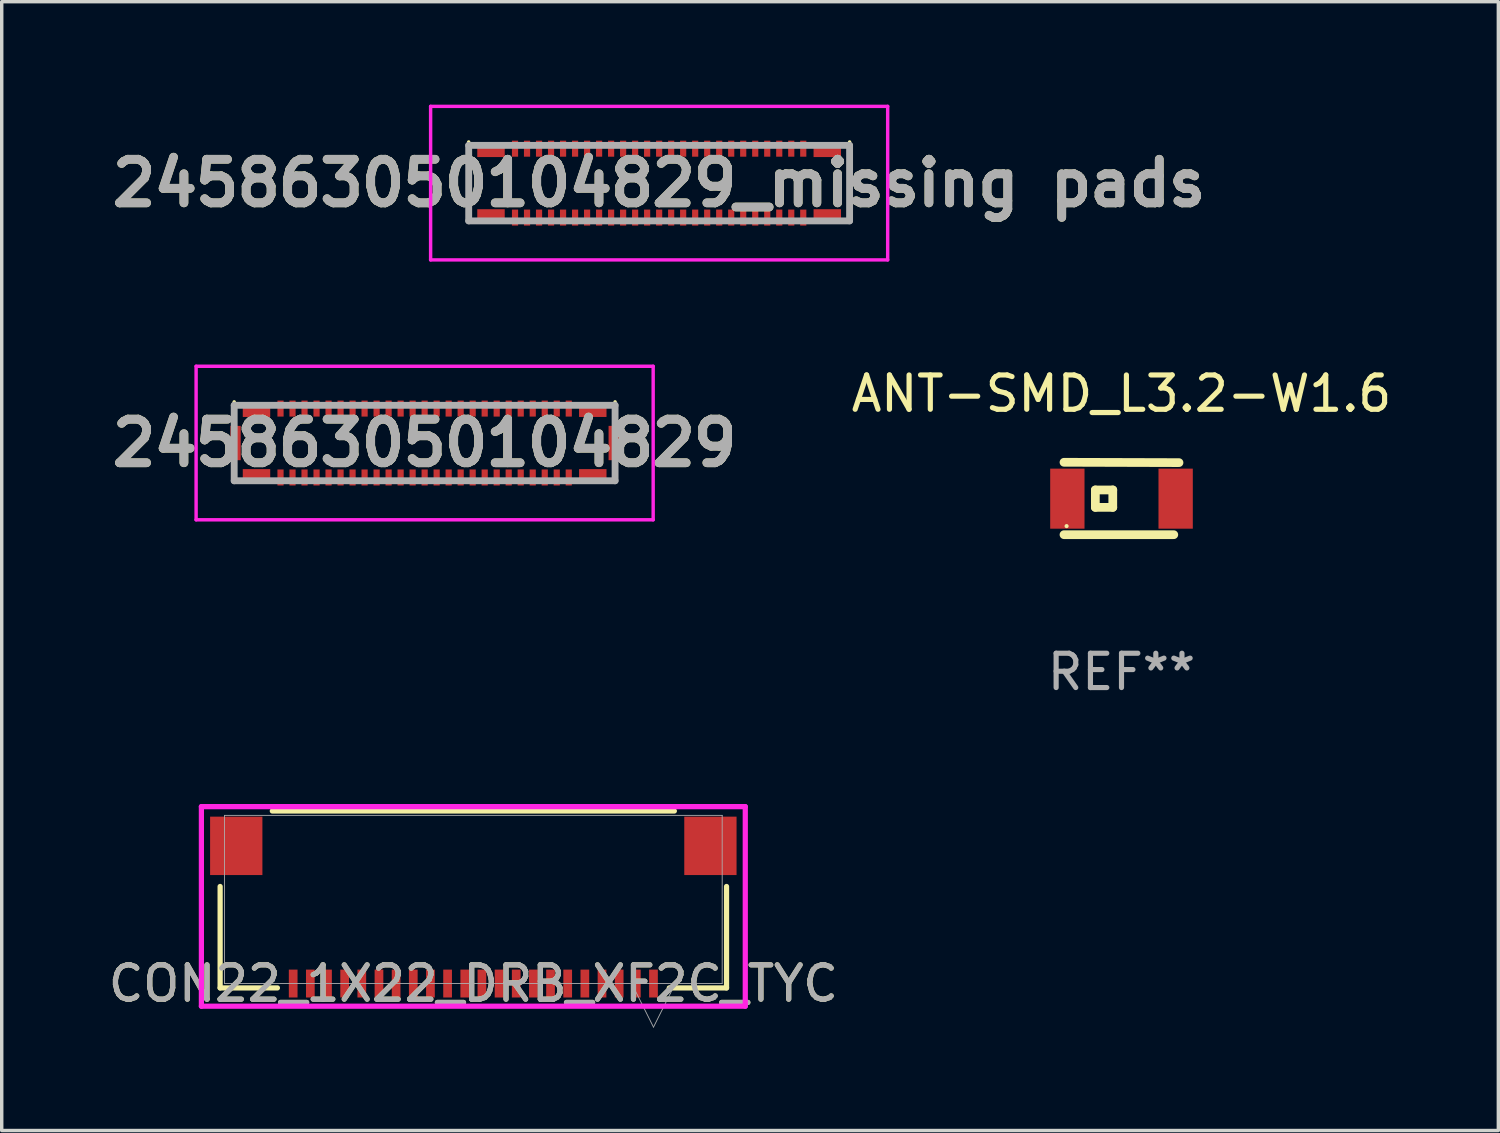
<source format=kicad_pcb>
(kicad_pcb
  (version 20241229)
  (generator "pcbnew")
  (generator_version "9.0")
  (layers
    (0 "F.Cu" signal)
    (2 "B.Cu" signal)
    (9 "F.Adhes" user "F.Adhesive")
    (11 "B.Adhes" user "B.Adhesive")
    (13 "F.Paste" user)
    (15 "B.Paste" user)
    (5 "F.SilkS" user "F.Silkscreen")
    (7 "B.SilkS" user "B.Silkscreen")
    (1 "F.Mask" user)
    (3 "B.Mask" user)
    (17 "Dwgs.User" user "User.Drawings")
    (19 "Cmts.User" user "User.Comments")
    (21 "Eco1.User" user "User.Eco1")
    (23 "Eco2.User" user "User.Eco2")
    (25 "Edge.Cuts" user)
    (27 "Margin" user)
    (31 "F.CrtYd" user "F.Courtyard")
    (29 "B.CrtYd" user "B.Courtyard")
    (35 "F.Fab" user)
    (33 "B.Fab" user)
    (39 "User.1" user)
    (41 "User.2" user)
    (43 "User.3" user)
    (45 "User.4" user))
  (footprint "ANT-SMD_L3.2-W1.6"
    (layer "F.Cu")
    (at 29.633 11.482)
    (property "Reference" "ANT-SMD_L3.2-W1.6" (at 0 -3.06 0) (layer "F.SilkS") (effects (font (size 1 1) (thickness 0.15))))
    (attr smd)
    (fp_line (start -1.676 -1.06) (end 1.676 -1.05) (stroke (width 0.254) (type solid)) (layer "F.SilkS"))
    (fp_line (start -0.762 -0.254) (end -0.762 0.254) (stroke (width 0.254) (type solid)) (layer "F.SilkS"))
    (fp_line (start -0.762 0.254) (end -0.254 0.254) (stroke (width 0.254) (type solid)) (layer "F.SilkS"))
    (fp_line (start -0.254 -0.254) (end -0.762 -0.254) (stroke (width 0.254) (type solid)) (layer "F.SilkS"))
    (fp_line (start -0.254 0.254) (end -0.254 -0.254) (stroke (width 0.254) (type solid)) (layer "F.SilkS"))
    (fp_line (start 1.524 1.05) (end -1.676 1.05) (stroke (width 0.254) (type solid)) (layer "F.SilkS"))
    (fp_circle (center -1.6 0.8) (end -1.57 0.8) (stroke (width 0.06) (type solid)) (fill no) (layer "F.SilkS"))
    (fp_text user "REF**" (at 0 5.05 0) (layer "F.Fab") (effects (font (size 1 1) (thickness 0.15))))
    (pad "1" smd rect (at -1.578 0) (size 1 1.75) (layers "F.Cu" "F.Mask" "F.Paste"))
    (pad "2" smd rect (at 1.578 0) (size 1 1.75) (layers "F.Cu" "F.Mask" "F.Paste")))
  (footprint "245863050104829_missing pads"
    (layer "F.Cu")
    (at 16.159 2.287)
    (property "Reference" "245863050104829_missing pads" (at 0 0 0) (layer "F.SilkS") (effects (font (size 1.27 1.27) (thickness 0.254))))
    (attr smd)
    (fp_line (start -5.55 -1.2) (end -5.55 -0.7) (stroke (width 0.1) (type solid)) (layer "F.SilkS"))
    (fp_line (start -5.55 0.6) (end -5.55 1.004) (stroke (width 0.1) (type solid)) (layer "F.SilkS"))
    (fp_line (start -5.55 0.935) (end -5.55 1.1) (stroke (width 0.1) (type solid)) (layer "F.SilkS"))
    (fp_line (start 5.55 -1.2) (end 5.55 -0.7) (stroke (width 0.1) (type solid)) (layer "F.SilkS"))
    (fp_line (start 5.55 0.6) (end 5.55 1.004) (stroke (width 0.1) (type solid)) (layer "F.SilkS"))
    (fp_line (start 5.55 1.004) (end 5.55 1.1) (stroke (width 0.1) (type solid)) (layer "F.SilkS"))
    (fp_line (start -6.66 -2.237) (end 6.66 -2.237) (stroke (width 0.1) (type solid)) (layer "F.CrtYd"))
    (fp_line (start -6.66 2.237) (end -6.66 -2.237) (stroke (width 0.1) (type solid)) (layer "F.CrtYd"))
    (fp_line (start 6.66 -2.237) (end 6.66 2.237) (stroke (width 0.1) (type solid)) (layer "F.CrtYd"))
    (fp_line (start 6.66 2.237) (end -6.66 2.237) (stroke (width 0.1) (type solid)) (layer "F.CrtYd"))
    (fp_line (start -5.55 -1.1) (end 5.55 -1.1) (stroke (width 0.2) (type solid)) (layer "F.Fab"))
    (fp_line (start -5.55 1.1) (end -5.55 -1.1) (stroke (width 0.2) (type solid)) (layer "F.Fab"))
    (fp_line (start 5.55 -1.1) (end 5.55 1.1) (stroke (width 0.2) (type solid)) (layer "F.Fab"))
    (fp_line (start 5.55 1.1) (end -5.55 1.1) (stroke (width 0.2) (type solid)) (layer "F.Fab"))
    (fp_text user "${REFERENCE}" (at 0 0 0) (layer "F.Fab") (effects (font (size 1.27 1.27) (thickness 0.254))))
    (pad "1" smd rect (at -4.2 1.004) (size 0.18 0.467) (layers "F.Cu" "F.Mask" "F.Paste"))
    (pad "2" smd rect (at -4.2 -1.004) (size 0.18 0.467) (layers "F.Cu" "F.Mask" "F.Paste"))
    (pad "3" smd rect (at -3.85 1.004) (size 0.18 0.467) (layers "F.Cu" "F.Mask" "F.Paste"))
    (pad "4" smd rect (at -3.85 -1.004) (size 0.18 0.467) (layers "F.Cu" "F.Mask" "F.Paste"))
    (pad "5" smd rect (at -3.5 1.004) (size 0.18 0.467) (layers "F.Cu" "F.Mask" "F.Paste"))
    (pad "6" smd rect (at -3.5 -1.004) (size 0.18 0.467) (layers "F.Cu" "F.Mask" "F.Paste"))
    (pad "7" smd rect (at -3.15 1.004) (size 0.18 0.467) (layers "F.Cu" "F.Mask" "F.Paste"))
    (pad "8" smd rect (at -3.15 -1.004) (size 0.18 0.467) (layers "F.Cu" "F.Mask" "F.Paste"))
    (pad "9" smd rect (at -2.8 1.004) (size 0.18 0.467) (layers "F.Cu" "F.Mask" "F.Paste"))
    (pad "10" smd rect (at -2.8 -1.004) (size 0.18 0.467) (layers "F.Cu" "F.Mask" "F.Paste"))
    (pad "11" smd rect (at -2.45 1.004) (size 0.18 0.467) (layers "F.Cu" "F.Mask" "F.Paste"))
    (pad "12" smd rect (at -2.45 -1.004) (size 0.18 0.467) (layers "F.Cu" "F.Mask" "F.Paste"))
    (pad "13" smd rect (at -2.1 1.004) (size 0.18 0.467) (layers "F.Cu" "F.Mask" "F.Paste"))
    (pad "14" smd rect (at -2.1 -1.004) (size 0.18 0.467) (layers "F.Cu" "F.Mask" "F.Paste"))
    (pad "15" smd rect (at -1.75 1.004) (size 0.18 0.467) (layers "F.Cu" "F.Mask" "F.Paste"))
    (pad "16" smd rect (at -1.75 -1.004) (size 0.18 0.467) (layers "F.Cu" "F.Mask" "F.Paste"))
    (pad "17" smd rect (at -1.4 1.004) (size 0.18 0.467) (layers "F.Cu" "F.Mask" "F.Paste"))
    (pad "18" smd rect (at -1.4 -1.004) (size 0.18 0.467) (layers "F.Cu" "F.Mask" "F.Paste"))
    (pad "19" smd rect (at -1.05 1.004) (size 0.18 0.467) (layers "F.Cu" "F.Mask" "F.Paste"))
    (pad "20" smd rect (at -1.05 -1.004) (size 0.18 0.467) (layers "F.Cu" "F.Mask" "F.Paste"))
    (pad "21" smd rect (at -0.7 1.004) (size 0.18 0.467) (layers "F.Cu" "F.Mask" "F.Paste"))
    (pad "22" smd rect (at -0.7 -1.004) (size 0.18 0.467) (layers "F.Cu" "F.Mask" "F.Paste"))
    (pad "23" smd rect (at -0.35 1.004) (size 0.18 0.467) (layers "F.Cu" "F.Mask" "F.Paste"))
    (pad "24" smd rect (at -0.35 -1.004) (size 0.18 0.467) (layers "F.Cu" "F.Mask" "F.Paste"))
    (pad "25" smd rect (at 0 1.004) (size 0.18 0.467) (layers "F.Cu" "F.Mask" "F.Paste"))
    (pad "26" smd rect (at 0 -1.004) (size 0.18 0.467) (layers "F.Cu" "F.Mask" "F.Paste"))
    (pad "27" smd rect (at 0.35 1.004) (size 0.18 0.467) (layers "F.Cu" "F.Mask" "F.Paste"))
    (pad "28" smd rect (at 0.35 -1.004) (size 0.18 0.467) (layers "F.Cu" "F.Mask" "F.Paste"))
    (pad "29" smd rect (at 0.7 1.004) (size 0.18 0.467) (layers "F.Cu" "F.Mask" "F.Paste"))
    (pad "30" smd rect (at 0.7 -1.004) (size 0.18 0.467) (layers "F.Cu" "F.Mask" "F.Paste"))
    (pad "31" smd rect (at 1.05 1.004) (size 0.18 0.467) (layers "F.Cu" "F.Mask" "F.Paste"))
    (pad "32" smd rect (at 1.05 -1.004) (size 0.18 0.467) (layers "F.Cu" "F.Mask" "F.Paste"))
    (pad "33" smd rect (at 1.4 1.004) (size 0.18 0.467) (layers "F.Cu" "F.Mask" "F.Paste"))
    (pad "34" smd rect (at 1.4 -1.004) (size 0.18 0.467) (layers "F.Cu" "F.Mask" "F.Paste"))
    (pad "35" smd rect (at 1.75 1.004) (size 0.18 0.467) (layers "F.Cu" "F.Mask" "F.Paste"))
    (pad "36" smd rect (at 1.75 -1.004) (size 0.18 0.467) (layers "F.Cu" "F.Mask" "F.Paste"))
    (pad "37" smd rect (at 2.1 1.004) (size 0.18 0.467) (layers "F.Cu" "F.Mask" "F.Paste"))
    (pad "38" smd rect (at 2.1 -1.004) (size 0.18 0.467) (layers "F.Cu" "F.Mask" "F.Paste"))
    (pad "39" smd rect (at 2.45 1.004) (size 0.18 0.467) (layers "F.Cu" "F.Mask" "F.Paste"))
    (pad "40" smd rect (at 2.45 -1.004) (size 0.18 0.467) (layers "F.Cu" "F.Mask" "F.Paste"))
    (pad "41" smd rect (at 2.8 1.004) (size 0.18 0.467) (layers "F.Cu" "F.Mask" "F.Paste"))
    (pad "42" smd rect (at 2.8 -1.004) (size 0.18 0.467) (layers "F.Cu" "F.Mask" "F.Paste"))
    (pad "43" smd rect (at 3.15 1.004) (size 0.18 0.467) (layers "F.Cu" "F.Mask" "F.Paste"))
    (pad "44" smd rect (at 3.15 -1.004) (size 0.18 0.467) (layers "F.Cu" "F.Mask" "F.Paste"))
    (pad "45" smd rect (at 3.5 1.004) (size 0.18 0.467) (layers "F.Cu" "F.Mask" "F.Paste"))
    (pad "46" smd rect (at 3.5 -1.004) (size 0.18 0.467) (layers "F.Cu" "F.Mask" "F.Paste"))
    (pad "47" smd rect (at 3.85 1.004) (size 0.18 0.467) (layers "F.Cu" "F.Mask" "F.Paste"))
    (pad "48" smd rect (at 3.85 -1.004) (size 0.18 0.467) (layers "F.Cu" "F.Mask" "F.Paste"))
    (pad "49" smd rect (at 4.2 1.004) (size 0.18 0.467) (layers "F.Cu" "F.Mask" "F.Paste"))
    (pad "50" smd rect (at 4.2 -1.004) (size 0.18 0.467) (layers "F.Cu" "F.Mask" "F.Paste"))
    (pad "MP3" smd rect (at -4.9 -0.935 90) (size 0.35 0.8) (layers "F.Cu" "F.Mask" "F.Paste"))
    (pad "MP4" smd rect (at 4.9 -0.935 90) (size 0.35 0.8) (layers "F.Cu" "F.Mask" "F.Paste"))
    (pad "MP5" smd rect (at 4.9 0.935 90) (size 0.35 0.8) (layers "F.Cu" "F.Mask" "F.Paste"))
    (pad "MP6" smd rect (at -4.9 0.935 90) (size 0.35 0.8) (layers "F.Cu" "F.Mask" "F.Paste")))
  (footprint "CON22_1X22_DRB_XF2C_TYC"
    (layer "F.Cu")
    (at 10.744 23.162)
    (property "Reference" "CON22_1X22_DRB_XF2C_TYC" (at 0 2.451 0) (unlocked yes) (layer "F.SilkS") (effects (font (size 1 1) (thickness 0.15))))
    (attr smd)
    (fp_line (start -7.379 -0.378) (end -7.379 2.578) (stroke (width 0.152) (type solid)) (layer "F.SilkS"))
    (fp_line (start -7.379 2.578) (end -5.71 2.578) (stroke (width 0.152) (type solid)) (layer "F.SilkS"))
    (fp_line (start 5.71 2.578) (end 7.379 2.578) (stroke (width 0.152) (type solid)) (layer "F.SilkS"))
    (fp_line (start 5.858 -2.578) (end -5.858 -2.578) (stroke (width 0.152) (type solid)) (layer "F.SilkS"))
    (fp_line (start 7.379 2.578) (end 7.379 -0.378) (stroke (width 0.152) (type solid)) (layer "F.SilkS"))
    (fp_line (start -7.925 -2.705) (end -7.925 3.111) (stroke (width 0.152) (type solid)) (layer "F.CrtYd"))
    (fp_line (start -7.925 3.111) (end 7.925 3.111) (stroke (width 0.152) (type solid)) (layer "F.CrtYd"))
    (fp_line (start 7.925 -2.705) (end -7.925 -2.705) (stroke (width 0.152) (type solid)) (layer "F.CrtYd"))
    (fp_line (start 7.925 3.111) (end 7.925 -2.705) (stroke (width 0.152) (type solid)) (layer "F.CrtYd"))
    (fp_line (start -7.252 -2.451) (end -7.252 2.451) (stroke (width 0.025) (type solid)) (layer "F.Fab"))
    (fp_line (start -7.252 2.451) (end 7.252 2.451) (stroke (width 0.025) (type solid)) (layer "F.Fab"))
    (fp_line (start 4.615 2.451) (end 5.25 3.721) (stroke (width 0.025) (type solid)) (layer "F.Fab"))
    (fp_line (start 5.885 2.451) (end 5.25 3.721) (stroke (width 0.025) (type solid)) (layer "F.Fab"))
    (fp_line (start 7.252 -2.451) (end -7.252 -2.451) (stroke (width 0.025) (type solid)) (layer "F.Fab"))
    (fp_line (start 7.252 2.451) (end 7.252 -2.451) (stroke (width 0.025) (type solid)) (layer "F.Fab"))
    (fp_text user "${REFERENCE}" (at 0 2.451 0) (unlocked yes) (layer "F.Fab") (effects (font (size 1 1) (thickness 0.15))))
    (pad "1" smd rect (at 5.25 2.451) (size 0.254 0.813) (layers "F.Cu" "F.Mask" "F.Paste"))
    (pad "2" smd rect (at 4.75 2.451) (size 0.254 0.813) (layers "F.Cu" "F.Mask" "F.Paste"))
    (pad "3" smd rect (at 4.25 2.451) (size 0.254 0.813) (layers "F.Cu" "F.Mask" "F.Paste"))
    (pad "4" smd rect (at 3.75 2.451) (size 0.254 0.813) (layers "F.Cu" "F.Mask" "F.Paste"))
    (pad "5" smd rect (at 3.25 2.451) (size 0.254 0.813) (layers "F.Cu" "F.Mask" "F.Paste"))
    (pad "6" smd rect (at 2.75 2.451) (size 0.254 0.813) (layers "F.Cu" "F.Mask" "F.Paste"))
    (pad "7" smd rect (at 2.25 2.451) (size 0.254 0.813) (layers "F.Cu" "F.Mask" "F.Paste"))
    (pad "8" smd rect (at 1.75 2.451) (size 0.254 0.813) (layers "F.Cu" "F.Mask" "F.Paste"))
    (pad "9" smd rect (at 1.25 2.451) (size 0.254 0.813) (layers "F.Cu" "F.Mask" "F.Paste"))
    (pad "10" smd rect (at 0.75 2.451) (size 0.254 0.813) (layers "F.Cu" "F.Mask" "F.Paste"))
    (pad "11" smd rect (at 0.25 2.451) (size 0.254 0.813) (layers "F.Cu" "F.Mask" "F.Paste"))
    (pad "12" smd rect (at -0.25 2.451) (size 0.254 0.813) (layers "F.Cu" "F.Mask" "F.Paste"))
    (pad "13" smd rect (at -0.75 2.451) (size 0.254 0.813) (layers "F.Cu" "F.Mask" "F.Paste"))
    (pad "14" smd rect (at -1.25 2.451) (size 0.254 0.813) (layers "F.Cu" "F.Mask" "F.Paste"))
    (pad "15" smd rect (at -1.75 2.451) (size 0.254 0.813) (layers "F.Cu" "F.Mask" "F.Paste"))
    (pad "16" smd rect (at -2.25 2.451) (size 0.254 0.813) (layers "F.Cu" "F.Mask" "F.Paste"))
    (pad "17" smd rect (at -2.75 2.451) (size 0.254 0.813) (layers "F.Cu" "F.Mask" "F.Paste"))
    (pad "18" smd rect (at -3.25 2.451) (size 0.254 0.813) (layers "F.Cu" "F.Mask" "F.Paste"))
    (pad "19" smd rect (at -3.75 2.451) (size 0.254 0.813) (layers "F.Cu" "F.Mask" "F.Paste"))
    (pad "20" smd rect (at -4.25 2.451) (size 0.254 0.813) (layers "F.Cu" "F.Mask" "F.Paste"))
    (pad "21" smd rect (at -4.75 2.451) (size 0.254 0.813) (layers "F.Cu" "F.Mask" "F.Paste"))
    (pad "22" smd rect (at -5.25 2.451) (size 0.254 0.813) (layers "F.Cu" "F.Mask" "F.Paste"))
    (pad "23" smd rect (at -6.909 -1.562) (size 1.524 1.702) (layers "F.Cu" "F.Mask" "F.Paste"))
    (pad "24" smd rect (at 6.909 -1.562) (size 1.524 1.702) (layers "F.Cu" "F.Mask" "F.Paste")))
  (footprint "245863050104829"
    (layer "F.Cu")
    (at 9.325 9.861)
    (property "Reference" "245863050104829" (at 0 0 0) (layer "F.SilkS") (effects (font (size 1.27 1.27) (thickness 0.254))))
    (attr smd)
    (fp_line (start -5.55 -1.2) (end -5.55 -0.7) (stroke (width 0.1) (type solid)) (layer "F.SilkS"))
    (fp_line (start -5.55 0.6) (end -5.55 1.004) (stroke (width 0.1) (type solid)) (layer "F.SilkS"))
    (fp_line (start -5.55 0.935) (end -5.55 1.1) (stroke (width 0.1) (type solid)) (layer "F.SilkS"))
    (fp_line (start 5.55 -1.2) (end 5.55 -0.7) (stroke (width 0.1) (type solid)) (layer "F.SilkS"))
    (fp_line (start 5.55 0.6) (end 5.55 1.004) (stroke (width 0.1) (type solid)) (layer "F.SilkS"))
    (fp_line (start 5.55 1.004) (end 5.55 1.1) (stroke (width 0.1) (type solid)) (layer "F.SilkS"))
    (fp_line (start -6.66 -2.237) (end 6.66 -2.237) (stroke (width 0.1) (type solid)) (layer "F.CrtYd"))
    (fp_line (start -6.66 2.237) (end -6.66 -2.237) (stroke (width 0.1) (type solid)) (layer "F.CrtYd"))
    (fp_line (start 6.66 -2.237) (end 6.66 2.237) (stroke (width 0.1) (type solid)) (layer "F.CrtYd"))
    (fp_line (start 6.66 2.237) (end -6.66 2.237) (stroke (width 0.1) (type solid)) (layer "F.CrtYd"))
    (fp_line (start -5.55 -1.1) (end 5.55 -1.1) (stroke (width 0.2) (type solid)) (layer "F.Fab"))
    (fp_line (start -5.55 1.1) (end -5.55 -1.1) (stroke (width 0.2) (type solid)) (layer "F.Fab"))
    (fp_line (start 5.55 -1.1) (end 5.55 1.1) (stroke (width 0.2) (type solid)) (layer "F.Fab"))
    (fp_line (start 5.55 1.1) (end -5.55 1.1) (stroke (width 0.2) (type solid)) (layer "F.Fab"))
    (fp_text user "${REFERENCE}" (at 0 0 0) (layer "F.Fab") (effects (font (size 1.27 1.27) (thickness 0.254))))
    (pad "1" smd rect (at -4.2 1.004) (size 0.18 0.467) (layers "F.Cu" "F.Mask" "F.Paste"))
    (pad "2" smd rect (at -4.2 -1.004) (size 0.18 0.467) (layers "F.Cu" "F.Mask" "F.Paste"))
    (pad "3" smd rect (at -3.85 1.004) (size 0.18 0.467) (layers "F.Cu" "F.Mask" "F.Paste"))
    (pad "4" smd rect (at -3.85 -1.004) (size 0.18 0.467) (layers "F.Cu" "F.Mask" "F.Paste"))
    (pad "5" smd rect (at -3.5 1.004) (size 0.18 0.467) (layers "F.Cu" "F.Mask" "F.Paste"))
    (pad "6" smd rect (at -3.5 -1.004) (size 0.18 0.467) (layers "F.Cu" "F.Mask" "F.Paste"))
    (pad "7" smd rect (at -3.15 1.004) (size 0.18 0.467) (layers "F.Cu" "F.Mask" "F.Paste"))
    (pad "8" smd rect (at -3.15 -1.004) (size 0.18 0.467) (layers "F.Cu" "F.Mask" "F.Paste"))
    (pad "9" smd rect (at -2.8 1.004) (size 0.18 0.467) (layers "F.Cu" "F.Mask" "F.Paste"))
    (pad "10" smd rect (at -2.8 -1.004) (size 0.18 0.467) (layers "F.Cu" "F.Mask" "F.Paste"))
    (pad "11" smd rect (at -2.45 1.004) (size 0.18 0.467) (layers "F.Cu" "F.Mask" "F.Paste"))
    (pad "12" smd rect (at -2.45 -1.004) (size 0.18 0.467) (layers "F.Cu" "F.Mask" "F.Paste"))
    (pad "13" smd rect (at -2.1 1.004) (size 0.18 0.467) (layers "F.Cu" "F.Mask" "F.Paste"))
    (pad "14" smd rect (at -2.1 -1.004) (size 0.18 0.467) (layers "F.Cu" "F.Mask" "F.Paste"))
    (pad "15" smd rect (at -1.75 1.004) (size 0.18 0.467) (layers "F.Cu" "F.Mask" "F.Paste"))
    (pad "16" smd rect (at -1.75 -1.004) (size 0.18 0.467) (layers "F.Cu" "F.Mask" "F.Paste"))
    (pad "17" smd rect (at -1.4 1.004) (size 0.18 0.467) (layers "F.Cu" "F.Mask" "F.Paste"))
    (pad "18" smd rect (at -1.4 -1.004) (size 0.18 0.467) (layers "F.Cu" "F.Mask" "F.Paste"))
    (pad "19" smd rect (at -1.05 1.004) (size 0.18 0.467) (layers "F.Cu" "F.Mask" "F.Paste"))
    (pad "20" smd rect (at -1.05 -1.004) (size 0.18 0.467) (layers "F.Cu" "F.Mask" "F.Paste"))
    (pad "21" smd rect (at -0.7 1.004) (size 0.18 0.467) (layers "F.Cu" "F.Mask" "F.Paste"))
    (pad "22" smd rect (at -0.7 -1.004) (size 0.18 0.467) (layers "F.Cu" "F.Mask" "F.Paste"))
    (pad "23" smd rect (at -0.35 1.004) (size 0.18 0.467) (layers "F.Cu" "F.Mask" "F.Paste"))
    (pad "24" smd rect (at -0.35 -1.004) (size 0.18 0.467) (layers "F.Cu" "F.Mask" "F.Paste"))
    (pad "25" smd rect (at 0 1.004) (size 0.18 0.467) (layers "F.Cu" "F.Mask" "F.Paste"))
    (pad "26" smd rect (at 0 -1.004) (size 0.18 0.467) (layers "F.Cu" "F.Mask" "F.Paste"))
    (pad "27" smd rect (at 0.35 1.004) (size 0.18 0.467) (layers "F.Cu" "F.Mask" "F.Paste"))
    (pad "28" smd rect (at 0.35 -1.004) (size 0.18 0.467) (layers "F.Cu" "F.Mask" "F.Paste"))
    (pad "29" smd rect (at 0.7 1.004) (size 0.18 0.467) (layers "F.Cu" "F.Mask" "F.Paste"))
    (pad "30" smd rect (at 0.7 -1.004) (size 0.18 0.467) (layers "F.Cu" "F.Mask" "F.Paste"))
    (pad "31" smd rect (at 1.05 1.004) (size 0.18 0.467) (layers "F.Cu" "F.Mask" "F.Paste"))
    (pad "32" smd rect (at 1.05 -1.004) (size 0.18 0.467) (layers "F.Cu" "F.Mask" "F.Paste"))
    (pad "33" smd rect (at 1.4 1.004) (size 0.18 0.467) (layers "F.Cu" "F.Mask" "F.Paste"))
    (pad "34" smd rect (at 1.4 -1.004) (size 0.18 0.467) (layers "F.Cu" "F.Mask" "F.Paste"))
    (pad "35" smd rect (at 1.75 1.004) (size 0.18 0.467) (layers "F.Cu" "F.Mask" "F.Paste"))
    (pad "36" smd rect (at 1.75 -1.004) (size 0.18 0.467) (layers "F.Cu" "F.Mask" "F.Paste"))
    (pad "37" smd rect (at 2.1 1.004) (size 0.18 0.467) (layers "F.Cu" "F.Mask" "F.Paste"))
    (pad "38" smd rect (at 2.1 -1.004) (size 0.18 0.467) (layers "F.Cu" "F.Mask" "F.Paste"))
    (pad "39" smd rect (at 2.45 1.004) (size 0.18 0.467) (layers "F.Cu" "F.Mask" "F.Paste"))
    (pad "40" smd rect (at 2.45 -1.004) (size 0.18 0.467) (layers "F.Cu" "F.Mask" "F.Paste"))
    (pad "41" smd rect (at 2.8 1.004) (size 0.18 0.467) (layers "F.Cu" "F.Mask" "F.Paste"))
    (pad "42" smd rect (at 2.8 -1.004) (size 0.18 0.467) (layers "F.Cu" "F.Mask" "F.Paste"))
    (pad "43" smd rect (at 3.15 1.004) (size 0.18 0.467) (layers "F.Cu" "F.Mask" "F.Paste"))
    (pad "44" smd rect (at 3.15 -1.004) (size 0.18 0.467) (layers "F.Cu" "F.Mask" "F.Paste"))
    (pad "45" smd rect (at 3.5 1.004) (size 0.18 0.467) (layers "F.Cu" "F.Mask" "F.Paste"))
    (pad "46" smd rect (at 3.5 -1.004) (size 0.18 0.467) (layers "F.Cu" "F.Mask" "F.Paste"))
    (pad "47" smd rect (at 3.85 1.004) (size 0.18 0.467) (layers "F.Cu" "F.Mask" "F.Paste"))
    (pad "48" smd rect (at 3.85 -1.004) (size 0.18 0.467) (layers "F.Cu" "F.Mask" "F.Paste"))
    (pad "49" smd rect (at 4.2 1.004) (size 0.18 0.467) (layers "F.Cu" "F.Mask" "F.Paste"))
    (pad "50" smd rect (at 4.2 -1.004) (size 0.18 0.467) (layers "F.Cu" "F.Mask" "F.Paste"))
    (pad "MP1" smd rect (at -5.51 0) (size 0.3 1) (layers "F.Cu" "F.Mask" "F.Paste"))
    (pad "MP2" smd rect (at 5.51 0) (size 0.3 1) (layers "F.Cu" "F.Mask" "F.Paste"))
    (pad "MP3" smd rect (at -4.9 -0.935 90) (size 0.35 0.8) (layers "F.Cu" "F.Mask" "F.Paste"))
    (pad "MP4" smd rect (at 4.9 -0.935 90) (size 0.35 0.8) (layers "F.Cu" "F.Mask" "F.Paste"))
    (pad "MP5" smd rect (at 4.9 0.935 90) (size 0.35 0.8) (layers "F.Cu" "F.Mask" "F.Paste"))
    (pad "MP6" smd rect (at -4.9 0.935 90) (size 0.35 0.8) (layers "F.Cu" "F.Mask" "F.Paste")))
  (gr_rect
    (start -3 -3)
    (end 40.615 29.896)
    (stroke (width 0.1) (type default))
    (fill no)
    (layer "Edge.Cuts")))
</source>
